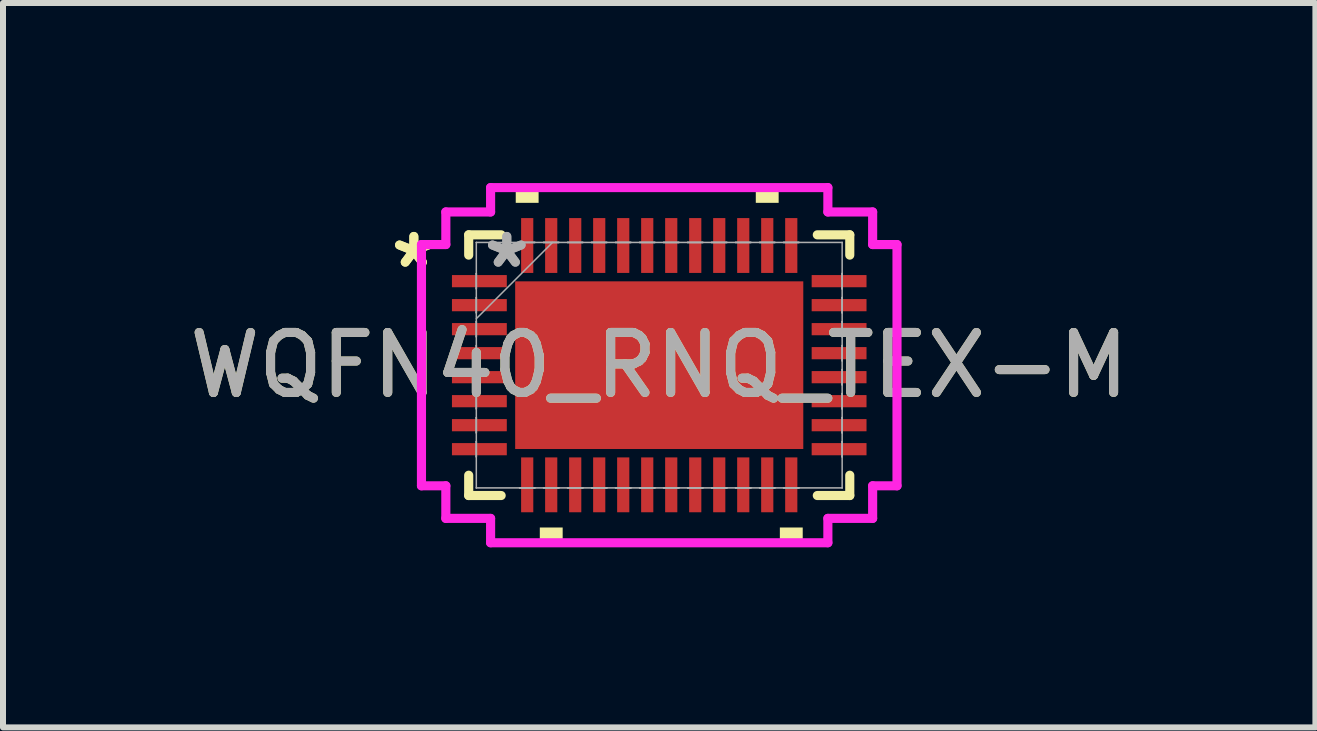
<source format=kicad_pcb>
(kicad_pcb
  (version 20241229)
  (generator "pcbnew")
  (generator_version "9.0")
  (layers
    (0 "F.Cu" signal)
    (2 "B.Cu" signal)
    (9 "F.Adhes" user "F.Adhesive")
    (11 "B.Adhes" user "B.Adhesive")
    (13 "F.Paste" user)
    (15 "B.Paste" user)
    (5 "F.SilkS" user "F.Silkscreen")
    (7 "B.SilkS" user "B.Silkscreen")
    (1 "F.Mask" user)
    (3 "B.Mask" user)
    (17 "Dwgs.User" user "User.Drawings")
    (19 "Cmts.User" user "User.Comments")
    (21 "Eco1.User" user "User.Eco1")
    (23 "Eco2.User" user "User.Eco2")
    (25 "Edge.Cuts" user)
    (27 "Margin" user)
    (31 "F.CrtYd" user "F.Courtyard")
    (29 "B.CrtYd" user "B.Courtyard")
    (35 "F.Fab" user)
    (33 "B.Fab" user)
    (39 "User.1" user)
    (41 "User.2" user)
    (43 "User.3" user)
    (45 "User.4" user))
  (footprint "WQFN40_RNQ_TEX-M"
    (layer "F.Cu")
    (at 7.935 3.035)
    (property "Reference" "WQFN40_RNQ_TEX-M" (at 0 0 0) (unlocked yes) (layer "F.SilkS") (effects (font (size 1 1) (thickness 0.15))))
    (attr smd)
    (fp_line (start -3.175 -2.172) (end -3.175 -1.834) (stroke (width 0.152) (type solid)) (layer "F.SilkS"))
    (fp_line (start -3.175 1.834) (end -3.175 2.172) (stroke (width 0.152) (type solid)) (layer "F.SilkS"))
    (fp_line (start -3.175 2.172) (end -2.634 2.172) (stroke (width 0.152) (type solid)) (layer "F.SilkS"))
    (fp_line (start -2.634 -2.172) (end -3.175 -2.172) (stroke (width 0.152) (type solid)) (layer "F.SilkS"))
    (fp_line (start 2.634 2.172) (end 3.175 2.172) (stroke (width 0.152) (type solid)) (layer "F.SilkS"))
    (fp_line (start 3.175 -2.172) (end 2.634 -2.172) (stroke (width 0.152) (type solid)) (layer "F.SilkS"))
    (fp_line (start 3.175 -1.834) (end 3.175 -2.172) (stroke (width 0.152) (type solid)) (layer "F.SilkS"))
    (fp_line (start 3.175 2.172) (end 3.175 1.834) (stroke (width 0.152) (type solid)) (layer "F.SilkS"))
    (fp_poly (pts (xy -2.391 -2.705) (xy -2.391 -2.959) (xy -2.01 -2.959) (xy -2.01 -2.705)) (stroke (width 0) (type solid)) (fill yes) (layer "F.SilkS"))
    (fp_poly (pts (xy -1.99 2.705) (xy -1.99 2.959) (xy -1.609 2.959) (xy -1.609 2.705)) (stroke (width 0) (type solid)) (fill yes) (layer "F.SilkS"))
    (fp_poly (pts (xy 1.609 -2.705) (xy 1.609 -2.959) (xy 1.99 -2.959) (xy 1.99 -2.705)) (stroke (width 0) (type solid)) (fill yes) (layer "F.SilkS"))
    (fp_poly (pts (xy 2.01 2.705) (xy 2.01 2.959) (xy 2.391 2.959) (xy 2.391 2.705)) (stroke (width 0) (type solid)) (fill yes) (layer "F.SilkS"))
    (fp_poly (pts (xy -2.3 -1.297) (xy -2.3 -0.1) (xy -0.9 -0.1) (xy -0.9 -1.297)) (stroke (width 0) (type solid)) (fill yes) (layer "F.Paste"))
    (fp_poly (pts (xy -2.3 0.1) (xy -2.3 1.297) (xy -0.9 1.297) (xy -0.9 0.1)) (stroke (width 0) (type solid)) (fill yes) (layer "F.Paste"))
    (fp_poly (pts (xy -0.7 -1.297) (xy -0.7 -0.1) (xy 0.7 -0.1) (xy 0.7 -1.297)) (stroke (width 0) (type solid)) (fill yes) (layer "F.Paste"))
    (fp_poly (pts (xy -0.7 0.1) (xy -0.7 1.297) (xy 0.7 1.297) (xy 0.7 0.1)) (stroke (width 0) (type solid)) (fill yes) (layer "F.Paste"))
    (fp_poly (pts (xy 0.9 -1.297) (xy 0.9 -0.1) (xy 2.3 -0.1) (xy 2.3 -1.297)) (stroke (width 0) (type solid)) (fill yes) (layer "F.Paste"))
    (fp_poly (pts (xy 0.9 0.1) (xy 0.9 1.297) (xy 2.3 1.297) (xy 2.3 0.1)) (stroke (width 0) (type solid)) (fill yes) (layer "F.Paste"))
    (fp_line (start -3.962 -2.01) (end -3.556 -2.01) (stroke (width 0.152) (type solid)) (layer "F.CrtYd"))
    (fp_line (start -3.962 2.01) (end -3.962 -2.01) (stroke (width 0.152) (type solid)) (layer "F.CrtYd"))
    (fp_line (start -3.556 -2.553) (end -2.81 -2.553) (stroke (width 0.152) (type solid)) (layer "F.CrtYd"))
    (fp_line (start -3.556 -2.01) (end -3.556 -2.553) (stroke (width 0.152) (type solid)) (layer "F.CrtYd"))
    (fp_line (start -3.556 2.01) (end -3.962 2.01) (stroke (width 0.152) (type solid)) (layer "F.CrtYd"))
    (fp_line (start -3.556 2.553) (end -3.556 2.01) (stroke (width 0.152) (type solid)) (layer "F.CrtYd"))
    (fp_line (start -2.81 -2.959) (end 2.81 -2.959) (stroke (width 0.152) (type solid)) (layer "F.CrtYd"))
    (fp_line (start -2.81 -2.553) (end -2.81 -2.959) (stroke (width 0.152) (type solid)) (layer "F.CrtYd"))
    (fp_line (start -2.81 2.553) (end -3.556 2.553) (stroke (width 0.152) (type solid)) (layer "F.CrtYd"))
    (fp_line (start -2.81 2.959) (end -2.81 2.553) (stroke (width 0.152) (type solid)) (layer "F.CrtYd"))
    (fp_line (start 2.81 -2.959) (end 2.81 -2.553) (stroke (width 0.152) (type solid)) (layer "F.CrtYd"))
    (fp_line (start 2.81 -2.553) (end 3.556 -2.553) (stroke (width 0.152) (type solid)) (layer "F.CrtYd"))
    (fp_line (start 2.81 2.553) (end 2.81 2.959) (stroke (width 0.152) (type solid)) (layer "F.CrtYd"))
    (fp_line (start 2.81 2.959) (end -2.81 2.959) (stroke (width 0.152) (type solid)) (layer "F.CrtYd"))
    (fp_line (start 3.556 -2.553) (end 3.556 -2.01) (stroke (width 0.152) (type solid)) (layer "F.CrtYd"))
    (fp_line (start 3.556 -2.01) (end 3.962 -2.01) (stroke (width 0.152) (type solid)) (layer "F.CrtYd"))
    (fp_line (start 3.556 2.01) (end 3.556 2.553) (stroke (width 0.152) (type solid)) (layer "F.CrtYd"))
    (fp_line (start 3.556 2.553) (end 2.81 2.553) (stroke (width 0.152) (type solid)) (layer "F.CrtYd"))
    (fp_line (start 3.962 -2.01) (end 3.962 2.01) (stroke (width 0.152) (type solid)) (layer "F.CrtYd"))
    (fp_line (start 3.962 2.01) (end 3.556 2.01) (stroke (width 0.152) (type solid)) (layer "F.CrtYd"))
    (fp_line (start -3.048 -2.045) (end -3.048 -2.045) (stroke (width 0.025) (type solid)) (layer "F.Fab"))
    (fp_line (start -3.048 -2.045) (end -3.048 2.045) (stroke (width 0.025) (type solid)) (layer "F.Fab"))
    (fp_line (start -3.048 -1.527) (end -3.048 -1.527) (stroke (width 0.025) (type solid)) (layer "F.Fab"))
    (fp_line (start -3.048 -1.527) (end -3.048 -1.273) (stroke (width 0.025) (type solid)) (layer "F.Fab"))
    (fp_line (start -3.048 -1.273) (end -3.048 -1.527) (stroke (width 0.025) (type solid)) (layer "F.Fab"))
    (fp_line (start -3.048 -1.273) (end -3.048 -1.273) (stroke (width 0.025) (type solid)) (layer "F.Fab"))
    (fp_line (start -3.048 -1.127) (end -3.048 -1.127) (stroke (width 0.025) (type solid)) (layer "F.Fab"))
    (fp_line (start -3.048 -1.127) (end -3.048 -0.873) (stroke (width 0.025) (type solid)) (layer "F.Fab"))
    (fp_line (start -3.048 -0.873) (end -3.048 -1.127) (stroke (width 0.025) (type solid)) (layer "F.Fab"))
    (fp_line (start -3.048 -0.873) (end -3.048 -0.873) (stroke (width 0.025) (type solid)) (layer "F.Fab"))
    (fp_line (start -3.048 -0.775) (end -1.778 -2.045) (stroke (width 0.025) (type solid)) (layer "F.Fab"))
    (fp_line (start -3.048 -0.727) (end -3.048 -0.727) (stroke (width 0.025) (type solid)) (layer "F.Fab"))
    (fp_line (start -3.048 -0.727) (end -3.048 -0.473) (stroke (width 0.025) (type solid)) (layer "F.Fab"))
    (fp_line (start -3.048 -0.473) (end -3.048 -0.727) (stroke (width 0.025) (type solid)) (layer "F.Fab"))
    (fp_line (start -3.048 -0.473) (end -3.048 -0.473) (stroke (width 0.025) (type solid)) (layer "F.Fab"))
    (fp_line (start -3.048 -0.327) (end -3.048 -0.327) (stroke (width 0.025) (type solid)) (layer "F.Fab"))
    (fp_line (start -3.048 -0.327) (end -3.048 -0.073) (stroke (width 0.025) (type solid)) (layer "F.Fab"))
    (fp_line (start -3.048 -0.073) (end -3.048 -0.327) (stroke (width 0.025) (type solid)) (layer "F.Fab"))
    (fp_line (start -3.048 -0.073) (end -3.048 -0.073) (stroke (width 0.025) (type solid)) (layer "F.Fab"))
    (fp_line (start -3.048 0.073) (end -3.048 0.073) (stroke (width 0.025) (type solid)) (layer "F.Fab"))
    (fp_line (start -3.048 0.073) (end -3.048 0.327) (stroke (width 0.025) (type solid)) (layer "F.Fab"))
    (fp_line (start -3.048 0.327) (end -3.048 0.073) (stroke (width 0.025) (type solid)) (layer "F.Fab"))
    (fp_line (start -3.048 0.327) (end -3.048 0.327) (stroke (width 0.025) (type solid)) (layer "F.Fab"))
    (fp_line (start -3.048 0.473) (end -3.048 0.473) (stroke (width 0.025) (type solid)) (layer "F.Fab"))
    (fp_line (start -3.048 0.473) (end -3.048 0.727) (stroke (width 0.025) (type solid)) (layer "F.Fab"))
    (fp_line (start -3.048 0.727) (end -3.048 0.473) (stroke (width 0.025) (type solid)) (layer "F.Fab"))
    (fp_line (start -3.048 0.727) (end -3.048 0.727) (stroke (width 0.025) (type solid)) (layer "F.Fab"))
    (fp_line (start -3.048 0.873) (end -3.048 0.873) (stroke (width 0.025) (type solid)) (layer "F.Fab"))
    (fp_line (start -3.048 0.873) (end -3.048 1.127) (stroke (width 0.025) (type solid)) (layer "F.Fab"))
    (fp_line (start -3.048 1.127) (end -3.048 0.873) (stroke (width 0.025) (type solid)) (layer "F.Fab"))
    (fp_line (start -3.048 1.127) (end -3.048 1.127) (stroke (width 0.025) (type solid)) (layer "F.Fab"))
    (fp_line (start -3.048 1.273) (end -3.048 1.273) (stroke (width 0.025) (type solid)) (layer "F.Fab"))
    (fp_line (start -3.048 1.273) (end -3.048 1.527) (stroke (width 0.025) (type solid)) (layer "F.Fab"))
    (fp_line (start -3.048 1.527) (end -3.048 1.273) (stroke (width 0.025) (type solid)) (layer "F.Fab"))
    (fp_line (start -3.048 1.527) (end -3.048 1.527) (stroke (width 0.025) (type solid)) (layer "F.Fab"))
    (fp_line (start -3.048 2.045) (end -3.048 2.045) (stroke (width 0.025) (type solid)) (layer "F.Fab"))
    (fp_line (start -3.048 2.045) (end 3.048 2.045) (stroke (width 0.025) (type solid)) (layer "F.Fab"))
    (fp_line (start -2.327 -2.045) (end -2.327 -2.045) (stroke (width 0.025) (type solid)) (layer "F.Fab"))
    (fp_line (start -2.327 -2.045) (end -2.073 -2.045) (stroke (width 0.025) (type solid)) (layer "F.Fab"))
    (fp_line (start -2.327 2.045) (end -2.327 2.045) (stroke (width 0.025) (type solid)) (layer "F.Fab"))
    (fp_line (start -2.327 2.045) (end -2.073 2.045) (stroke (width 0.025) (type solid)) (layer "F.Fab"))
    (fp_line (start -2.073 -2.045) (end -2.327 -2.045) (stroke (width 0.025) (type solid)) (layer "F.Fab"))
    (fp_line (start -2.073 -2.045) (end -2.073 -2.045) (stroke (width 0.025) (type solid)) (layer "F.Fab"))
    (fp_line (start -2.073 2.045) (end -2.327 2.045) (stroke (width 0.025) (type solid)) (layer "F.Fab"))
    (fp_line (start -2.073 2.045) (end -2.073 2.045) (stroke (width 0.025) (type solid)) (layer "F.Fab"))
    (fp_line (start -1.927 -2.045) (end -1.927 -2.045) (stroke (width 0.025) (type solid)) (layer "F.Fab"))
    (fp_line (start -1.927 -2.045) (end -1.673 -2.045) (stroke (width 0.025) (type solid)) (layer "F.Fab"))
    (fp_line (start -1.927 2.045) (end -1.927 2.045) (stroke (width 0.025) (type solid)) (layer "F.Fab"))
    (fp_line (start -1.927 2.045) (end -1.673 2.045) (stroke (width 0.025) (type solid)) (layer "F.Fab"))
    (fp_line (start -1.673 -2.045) (end -1.927 -2.045) (stroke (width 0.025) (type solid)) (layer "F.Fab"))
    (fp_line (start -1.673 -2.045) (end -1.673 -2.045) (stroke (width 0.025) (type solid)) (layer "F.Fab"))
    (fp_line (start -1.673 2.045) (end -1.927 2.045) (stroke (width 0.025) (type solid)) (layer "F.Fab"))
    (fp_line (start -1.673 2.045) (end -1.673 2.045) (stroke (width 0.025) (type solid)) (layer "F.Fab"))
    (fp_line (start -1.527 -2.045) (end -1.527 -2.045) (stroke (width 0.025) (type solid)) (layer "F.Fab"))
    (fp_line (start -1.527 -2.045) (end -1.273 -2.045) (stroke (width 0.025) (type solid)) (layer "F.Fab"))
    (fp_line (start -1.527 2.045) (end -1.527 2.045) (stroke (width 0.025) (type solid)) (layer "F.Fab"))
    (fp_line (start -1.527 2.045) (end -1.273 2.045) (stroke (width 0.025) (type solid)) (layer "F.Fab"))
    (fp_line (start -1.273 -2.045) (end -1.527 -2.045) (stroke (width 0.025) (type solid)) (layer "F.Fab"))
    (fp_line (start -1.273 -2.045) (end -1.273 -2.045) (stroke (width 0.025) (type solid)) (layer "F.Fab"))
    (fp_line (start -1.273 2.045) (end -1.527 2.045) (stroke (width 0.025) (type solid)) (layer "F.Fab"))
    (fp_line (start -1.273 2.045) (end -1.273 2.045) (stroke (width 0.025) (type solid)) (layer "F.Fab"))
    (fp_line (start -1.127 -2.045) (end -1.127 -2.045) (stroke (width 0.025) (type solid)) (layer "F.Fab"))
    (fp_line (start -1.127 -2.045) (end -0.873 -2.045) (stroke (width 0.025) (type solid)) (layer "F.Fab"))
    (fp_line (start -1.127 2.045) (end -1.127 2.045) (stroke (width 0.025) (type solid)) (layer "F.Fab"))
    (fp_line (start -1.127 2.045) (end -0.873 2.045) (stroke (width 0.025) (type solid)) (layer "F.Fab"))
    (fp_line (start -0.873 -2.045) (end -1.127 -2.045) (stroke (width 0.025) (type solid)) (layer "F.Fab"))
    (fp_line (start -0.873 -2.045) (end -0.873 -2.045) (stroke (width 0.025) (type solid)) (layer "F.Fab"))
    (fp_line (start -0.873 2.045) (end -1.127 2.045) (stroke (width 0.025) (type solid)) (layer "F.Fab"))
    (fp_line (start -0.873 2.045) (end -0.873 2.045) (stroke (width 0.025) (type solid)) (layer "F.Fab"))
    (fp_line (start -0.727 -2.045) (end -0.727 -2.045) (stroke (width 0.025) (type solid)) (layer "F.Fab"))
    (fp_line (start -0.727 -2.045) (end -0.473 -2.045) (stroke (width 0.025) (type solid)) (layer "F.Fab"))
    (fp_line (start -0.727 2.045) (end -0.727 2.045) (stroke (width 0.025) (type solid)) (layer "F.Fab"))
    (fp_line (start -0.727 2.045) (end -0.473 2.045) (stroke (width 0.025) (type solid)) (layer "F.Fab"))
    (fp_line (start -0.473 -2.045) (end -0.727 -2.045) (stroke (width 0.025) (type solid)) (layer "F.Fab"))
    (fp_line (start -0.473 -2.045) (end -0.473 -2.045) (stroke (width 0.025) (type solid)) (layer "F.Fab"))
    (fp_line (start -0.473 2.045) (end -0.727 2.045) (stroke (width 0.025) (type solid)) (layer "F.Fab"))
    (fp_line (start -0.473 2.045) (end -0.473 2.045) (stroke (width 0.025) (type solid)) (layer "F.Fab"))
    (fp_line (start -0.327 -2.045) (end -0.327 -2.045) (stroke (width 0.025) (type solid)) (layer "F.Fab"))
    (fp_line (start -0.327 -2.045) (end -0.073 -2.045) (stroke (width 0.025) (type solid)) (layer "F.Fab"))
    (fp_line (start -0.327 2.045) (end -0.327 2.045) (stroke (width 0.025) (type solid)) (layer "F.Fab"))
    (fp_line (start -0.327 2.045) (end -0.073 2.045) (stroke (width 0.025) (type solid)) (layer "F.Fab"))
    (fp_line (start -0.073 -2.045) (end -0.327 -2.045) (stroke (width 0.025) (type solid)) (layer "F.Fab"))
    (fp_line (start -0.073 -2.045) (end -0.073 -2.045) (stroke (width 0.025) (type solid)) (layer "F.Fab"))
    (fp_line (start -0.073 2.045) (end -0.327 2.045) (stroke (width 0.025) (type solid)) (layer "F.Fab"))
    (fp_line (start -0.073 2.045) (end -0.073 2.045) (stroke (width 0.025) (type solid)) (layer "F.Fab"))
    (fp_line (start 0.073 -2.045) (end 0.073 -2.045) (stroke (width 0.025) (type solid)) (layer "F.Fab"))
    (fp_line (start 0.073 -2.045) (end 0.327 -2.045) (stroke (width 0.025) (type solid)) (layer "F.Fab"))
    (fp_line (start 0.073 2.045) (end 0.073 2.045) (stroke (width 0.025) (type solid)) (layer "F.Fab"))
    (fp_line (start 0.073 2.045) (end 0.327 2.045) (stroke (width 0.025) (type solid)) (layer "F.Fab"))
    (fp_line (start 0.327 -2.045) (end 0.073 -2.045) (stroke (width 0.025) (type solid)) (layer "F.Fab"))
    (fp_line (start 0.327 -2.045) (end 0.327 -2.045) (stroke (width 0.025) (type solid)) (layer "F.Fab"))
    (fp_line (start 0.327 2.045) (end 0.073 2.045) (stroke (width 0.025) (type solid)) (layer "F.Fab"))
    (fp_line (start 0.327 2.045) (end 0.327 2.045) (stroke (width 0.025) (type solid)) (layer "F.Fab"))
    (fp_line (start 0.473 -2.045) (end 0.473 -2.045) (stroke (width 0.025) (type solid)) (layer "F.Fab"))
    (fp_line (start 0.473 -2.045) (end 0.727 -2.045) (stroke (width 0.025) (type solid)) (layer "F.Fab"))
    (fp_line (start 0.473 2.045) (end 0.473 2.045) (stroke (width 0.025) (type solid)) (layer "F.Fab"))
    (fp_line (start 0.473 2.045) (end 0.727 2.045) (stroke (width 0.025) (type solid)) (layer "F.Fab"))
    (fp_line (start 0.727 -2.045) (end 0.473 -2.045) (stroke (width 0.025) (type solid)) (layer "F.Fab"))
    (fp_line (start 0.727 -2.045) (end 0.727 -2.045) (stroke (width 0.025) (type solid)) (layer "F.Fab"))
    (fp_line (start 0.727 2.045) (end 0.473 2.045) (stroke (width 0.025) (type solid)) (layer "F.Fab"))
    (fp_line (start 0.727 2.045) (end 0.727 2.045) (stroke (width 0.025) (type solid)) (layer "F.Fab"))
    (fp_line (start 0.873 -2.045) (end 0.873 -2.045) (stroke (width 0.025) (type solid)) (layer "F.Fab"))
    (fp_line (start 0.873 -2.045) (end 1.127 -2.045) (stroke (width 0.025) (type solid)) (layer "F.Fab"))
    (fp_line (start 0.873 2.045) (end 0.873 2.045) (stroke (width 0.025) (type solid)) (layer "F.Fab"))
    (fp_line (start 0.873 2.045) (end 1.127 2.045) (stroke (width 0.025) (type solid)) (layer "F.Fab"))
    (fp_line (start 1.127 -2.045) (end 0.873 -2.045) (stroke (width 0.025) (type solid)) (layer "F.Fab"))
    (fp_line (start 1.127 -2.045) (end 1.127 -2.045) (stroke (width 0.025) (type solid)) (layer "F.Fab"))
    (fp_line (start 1.127 2.045) (end 0.873 2.045) (stroke (width 0.025) (type solid)) (layer "F.Fab"))
    (fp_line (start 1.127 2.045) (end 1.127 2.045) (stroke (width 0.025) (type solid)) (layer "F.Fab"))
    (fp_line (start 1.273 -2.045) (end 1.273 -2.045) (stroke (width 0.025) (type solid)) (layer "F.Fab"))
    (fp_line (start 1.273 -2.045) (end 1.527 -2.045) (stroke (width 0.025) (type solid)) (layer "F.Fab"))
    (fp_line (start 1.273 2.045) (end 1.273 2.045) (stroke (width 0.025) (type solid)) (layer "F.Fab"))
    (fp_line (start 1.273 2.045) (end 1.527 2.045) (stroke (width 0.025) (type solid)) (layer "F.Fab"))
    (fp_line (start 1.527 -2.045) (end 1.273 -2.045) (stroke (width 0.025) (type solid)) (layer "F.Fab"))
    (fp_line (start 1.527 -2.045) (end 1.527 -2.045) (stroke (width 0.025) (type solid)) (layer "F.Fab"))
    (fp_line (start 1.527 2.045) (end 1.273 2.045) (stroke (width 0.025) (type solid)) (layer "F.Fab"))
    (fp_line (start 1.527 2.045) (end 1.527 2.045) (stroke (width 0.025) (type solid)) (layer "F.Fab"))
    (fp_line (start 1.673 -2.045) (end 1.673 -2.045) (stroke (width 0.025) (type solid)) (layer "F.Fab"))
    (fp_line (start 1.673 -2.045) (end 1.927 -2.045) (stroke (width 0.025) (type solid)) (layer "F.Fab"))
    (fp_line (start 1.673 2.045) (end 1.673 2.045) (stroke (width 0.025) (type solid)) (layer "F.Fab"))
    (fp_line (start 1.673 2.045) (end 1.927 2.045) (stroke (width 0.025) (type solid)) (layer "F.Fab"))
    (fp_line (start 1.927 -2.045) (end 1.673 -2.045) (stroke (width 0.025) (type solid)) (layer "F.Fab"))
    (fp_line (start 1.927 -2.045) (end 1.927 -2.045) (stroke (width 0.025) (type solid)) (layer "F.Fab"))
    (fp_line (start 1.927 2.045) (end 1.673 2.045) (stroke (width 0.025) (type solid)) (layer "F.Fab"))
    (fp_line (start 1.927 2.045) (end 1.927 2.045) (stroke (width 0.025) (type solid)) (layer "F.Fab"))
    (fp_line (start 2.073 -2.045) (end 2.073 -2.045) (stroke (width 0.025) (type solid)) (layer "F.Fab"))
    (fp_line (start 2.073 -2.045) (end 2.327 -2.045) (stroke (width 0.025) (type solid)) (layer "F.Fab"))
    (fp_line (start 2.073 2.045) (end 2.073 2.045) (stroke (width 0.025) (type solid)) (layer "F.Fab"))
    (fp_line (start 2.073 2.045) (end 2.327 2.045) (stroke (width 0.025) (type solid)) (layer "F.Fab"))
    (fp_line (start 2.327 -2.045) (end 2.073 -2.045) (stroke (width 0.025) (type solid)) (layer "F.Fab"))
    (fp_line (start 2.327 -2.045) (end 2.327 -2.045) (stroke (width 0.025) (type solid)) (layer "F.Fab"))
    (fp_line (start 2.327 2.045) (end 2.073 2.045) (stroke (width 0.025) (type solid)) (layer "F.Fab"))
    (fp_line (start 2.327 2.045) (end 2.327 2.045) (stroke (width 0.025) (type solid)) (layer "F.Fab"))
    (fp_line (start 3.048 -2.045) (end -3.048 -2.045) (stroke (width 0.025) (type solid)) (layer "F.Fab"))
    (fp_line (start 3.048 -2.045) (end 3.048 -2.045) (stroke (width 0.025) (type solid)) (layer "F.Fab"))
    (fp_line (start 3.048 -1.527) (end 3.048 -1.527) (stroke (width 0.025) (type solid)) (layer "F.Fab"))
    (fp_line (start 3.048 -1.527) (end 3.048 -1.273) (stroke (width 0.025) (type solid)) (layer "F.Fab"))
    (fp_line (start 3.048 -1.273) (end 3.048 -1.527) (stroke (width 0.025) (type solid)) (layer "F.Fab"))
    (fp_line (start 3.048 -1.273) (end 3.048 -1.273) (stroke (width 0.025) (type solid)) (layer "F.Fab"))
    (fp_line (start 3.048 -1.127) (end 3.048 -1.127) (stroke (width 0.025) (type solid)) (layer "F.Fab"))
    (fp_line (start 3.048 -1.127) (end 3.048 -0.873) (stroke (width 0.025) (type solid)) (layer "F.Fab"))
    (fp_line (start 3.048 -0.873) (end 3.048 -1.127) (stroke (width 0.025) (type solid)) (layer "F.Fab"))
    (fp_line (start 3.048 -0.873) (end 3.048 -0.873) (stroke (width 0.025) (type solid)) (layer "F.Fab"))
    (fp_line (start 3.048 -0.727) (end 3.048 -0.727) (stroke (width 0.025) (type solid)) (layer "F.Fab"))
    (fp_line (start 3.048 -0.727) (end 3.048 -0.473) (stroke (width 0.025) (type solid)) (layer "F.Fab"))
    (fp_line (start 3.048 -0.473) (end 3.048 -0.727) (stroke (width 0.025) (type solid)) (layer "F.Fab"))
    (fp_line (start 3.048 -0.473) (end 3.048 -0.473) (stroke (width 0.025) (type solid)) (layer "F.Fab"))
    (fp_line (start 3.048 -0.327) (end 3.048 -0.327) (stroke (width 0.025) (type solid)) (layer "F.Fab"))
    (fp_line (start 3.048 -0.327) (end 3.048 -0.073) (stroke (width 0.025) (type solid)) (layer "F.Fab"))
    (fp_line (start 3.048 -0.073) (end 3.048 -0.327) (stroke (width 0.025) (type solid)) (layer "F.Fab"))
    (fp_line (start 3.048 -0.073) (end 3.048 -0.073) (stroke (width 0.025) (type solid)) (layer "F.Fab"))
    (fp_line (start 3.048 0.073) (end 3.048 0.073) (stroke (width 0.025) (type solid)) (layer "F.Fab"))
    (fp_line (start 3.048 0.073) (end 3.048 0.327) (stroke (width 0.025) (type solid)) (layer "F.Fab"))
    (fp_line (start 3.048 0.327) (end 3.048 0.073) (stroke (width 0.025) (type solid)) (layer "F.Fab"))
    (fp_line (start 3.048 0.327) (end 3.048 0.327) (stroke (width 0.025) (type solid)) (layer "F.Fab"))
    (fp_line (start 3.048 0.473) (end 3.048 0.473) (stroke (width 0.025) (type solid)) (layer "F.Fab"))
    (fp_line (start 3.048 0.473) (end 3.048 0.727) (stroke (width 0.025) (type solid)) (layer "F.Fab"))
    (fp_line (start 3.048 0.727) (end 3.048 0.473) (stroke (width 0.025) (type solid)) (layer "F.Fab"))
    (fp_line (start 3.048 0.727) (end 3.048 0.727) (stroke (width 0.025) (type solid)) (layer "F.Fab"))
    (fp_line (start 3.048 0.873) (end 3.048 0.873) (stroke (width 0.025) (type solid)) (layer "F.Fab"))
    (fp_line (start 3.048 0.873) (end 3.048 1.127) (stroke (width 0.025) (type solid)) (layer "F.Fab"))
    (fp_line (start 3.048 1.127) (end 3.048 0.873) (stroke (width 0.025) (type solid)) (layer "F.Fab"))
    (fp_line (start 3.048 1.127) (end 3.048 1.127) (stroke (width 0.025) (type solid)) (layer "F.Fab"))
    (fp_line (start 3.048 1.273) (end 3.048 1.273) (stroke (width 0.025) (type solid)) (layer "F.Fab"))
    (fp_line (start 3.048 1.273) (end 3.048 1.527) (stroke (width 0.025) (type solid)) (layer "F.Fab"))
    (fp_line (start 3.048 1.527) (end 3.048 1.273) (stroke (width 0.025) (type solid)) (layer "F.Fab"))
    (fp_line (start 3.048 1.527) (end 3.048 1.527) (stroke (width 0.025) (type solid)) (layer "F.Fab"))
    (fp_line (start 3.048 2.045) (end 3.048 -2.045) (stroke (width 0.025) (type solid)) (layer "F.Fab"))
    (fp_line (start 3.048 2.045) (end 3.048 2.045) (stroke (width 0.025) (type solid)) (layer "F.Fab"))
    (fp_text user "*" (at -4.089 -1.6 0) (layer "F.SilkS") (effects (font (size 1 1) (thickness 0.15))))
    (fp_text user "*" (at -4.089 -1.6 0) (unlocked yes) (layer "F.SilkS") (effects (font (size 1 1) (thickness 0.15))))
    (fp_text user "*" (at -2.54 -1.6 0) (layer "F.Fab") (effects (font (size 1 1) (thickness 0.15))))
    (fp_text user "${REFERENCE}" (at 0 0 0) (unlocked yes) (layer "F.Fab") (effects (font (size 1 1) (thickness 0.15))))
    (fp_text user "*" (at -2.54 -1.6 0) (unlocked yes) (layer "F.Fab") (effects (font (size 1 1) (thickness 0.15))))
    (pad "1" smd rect (at -2.997 -1.4 90) (size 0.203 0.914) (layers "F.Cu" "F.Mask" "F.Paste"))
    (pad "2" smd rect (at -2.997 -1 90) (size 0.203 0.914) (layers "F.Cu" "F.Mask" "F.Paste"))
    (pad "3" smd rect (at -2.997 -0.6 90) (size 0.203 0.914) (layers "F.Cu" "F.Mask" "F.Paste"))
    (pad "4" smd rect (at -2.997 -0.2 90) (size 0.203 0.914) (layers "F.Cu" "F.Mask" "F.Paste"))
    (pad "5" smd rect (at -2.997 0.2 90) (size 0.203 0.914) (layers "F.Cu" "F.Mask" "F.Paste"))
    (pad "6" smd rect (at -2.997 0.6 90) (size 0.203 0.914) (layers "F.Cu" "F.Mask" "F.Paste"))
    (pad "7" smd rect (at -2.997 1 90) (size 0.203 0.914) (layers "F.Cu" "F.Mask" "F.Paste"))
    (pad "8" smd rect (at -2.997 1.4 90) (size 0.203 0.914) (layers "F.Cu" "F.Mask" "F.Paste"))
    (pad "9" smd rect (at -2.2 1.994) (size 0.203 0.914) (layers "F.Cu" "F.Mask" "F.Paste"))
    (pad "10" smd rect (at -1.8 1.994) (size 0.203 0.914) (layers "F.Cu" "F.Mask" "F.Paste"))
    (pad "11" smd rect (at -1.4 1.994) (size 0.203 0.914) (layers "F.Cu" "F.Mask" "F.Paste"))
    (pad "12" smd rect (at -1 1.994) (size 0.203 0.914) (layers "F.Cu" "F.Mask" "F.Paste"))
    (pad "13" smd rect (at -0.6 1.994) (size 0.203 0.914) (layers "F.Cu" "F.Mask" "F.Paste"))
    (pad "14" smd rect (at -0.2 1.994) (size 0.203 0.914) (layers "F.Cu" "F.Mask" "F.Paste"))
    (pad "15" smd rect (at 0.2 1.994) (size 0.203 0.914) (layers "F.Cu" "F.Mask" "F.Paste"))
    (pad "16" smd rect (at 0.6 1.994) (size 0.203 0.914) (layers "F.Cu" "F.Mask" "F.Paste"))
    (pad "17" smd rect (at 1 1.994) (size 0.203 0.914) (layers "F.Cu" "F.Mask" "F.Paste"))
    (pad "18" smd rect (at 1.4 1.994) (size 0.203 0.914) (layers "F.Cu" "F.Mask" "F.Paste"))
    (pad "19" smd rect (at 1.8 1.994) (size 0.203 0.914) (layers "F.Cu" "F.Mask" "F.Paste"))
    (pad "20" smd rect (at 2.2 1.994) (size 0.203 0.914) (layers "F.Cu" "F.Mask" "F.Paste"))
    (pad "21" smd rect (at 2.997 1.4 90) (size 0.203 0.914) (layers "F.Cu" "F.Mask" "F.Paste"))
    (pad "22" smd rect (at 2.997 1 90) (size 0.203 0.914) (layers "F.Cu" "F.Mask" "F.Paste"))
    (pad "23" smd rect (at 2.997 0.6 90) (size 0.203 0.914) (layers "F.Cu" "F.Mask" "F.Paste"))
    (pad "24" smd rect (at 2.997 0.2 90) (size 0.203 0.914) (layers "F.Cu" "F.Mask" "F.Paste"))
    (pad "25" smd rect (at 2.997 -0.2 90) (size 0.203 0.914) (layers "F.Cu" "F.Mask" "F.Paste"))
    (pad "26" smd rect (at 2.997 -0.6 90) (size 0.203 0.914) (layers "F.Cu" "F.Mask" "F.Paste"))
    (pad "27" smd rect (at 2.997 -1 90) (size 0.203 0.914) (layers "F.Cu" "F.Mask" "F.Paste"))
    (pad "28" smd rect (at 2.997 -1.4 90) (size 0.203 0.914) (layers "F.Cu" "F.Mask" "F.Paste"))
    (pad "29" smd rect (at 2.2 -1.994) (size 0.203 0.914) (layers "F.Cu" "F.Mask" "F.Paste"))
    (pad "30" smd rect (at 1.8 -1.994) (size 0.203 0.914) (layers "F.Cu" "F.Mask" "F.Paste"))
    (pad "31" smd rect (at 1.4 -1.994) (size 0.203 0.914) (layers "F.Cu" "F.Mask" "F.Paste"))
    (pad "32" smd rect (at 1 -1.994) (size 0.203 0.914) (layers "F.Cu" "F.Mask" "F.Paste"))
    (pad "33" smd rect (at 0.6 -1.994) (size 0.203 0.914) (layers "F.Cu" "F.Mask" "F.Paste"))
    (pad "34" smd rect (at 0.2 -1.994) (size 0.203 0.914) (layers "F.Cu" "F.Mask" "F.Paste"))
    (pad "35" smd rect (at -0.2 -1.994) (size 0.203 0.914) (layers "F.Cu" "F.Mask" "F.Paste"))
    (pad "36" smd rect (at -0.6 -1.994) (size 0.203 0.914) (layers "F.Cu" "F.Mask" "F.Paste"))
    (pad "37" smd rect (at -1 -1.994) (size 0.203 0.914) (layers "F.Cu" "F.Mask" "F.Paste"))
    (pad "38" smd rect (at -1.4 -1.994) (size 0.203 0.914) (layers "F.Cu" "F.Mask" "F.Paste"))
    (pad "39" smd rect (at -1.8 -1.994) (size 0.203 0.914) (layers "F.Cu" "F.Mask" "F.Paste"))
    (pad "40" smd rect (at -2.2 -1.994) (size 0.203 0.914) (layers "F.Cu" "F.Mask" "F.Paste"))
    (pad "41" smd rect (at 0 0) (size 4.801 2.794) (layers "F.Cu" "F.Mask" "F.Paste")))
  (gr_rect
    (start -3 -3)
    (end 18.869 9.071)
    (stroke (width 0.1) (type default))
    (fill no)
    (layer "Edge.Cuts")))
</source>
